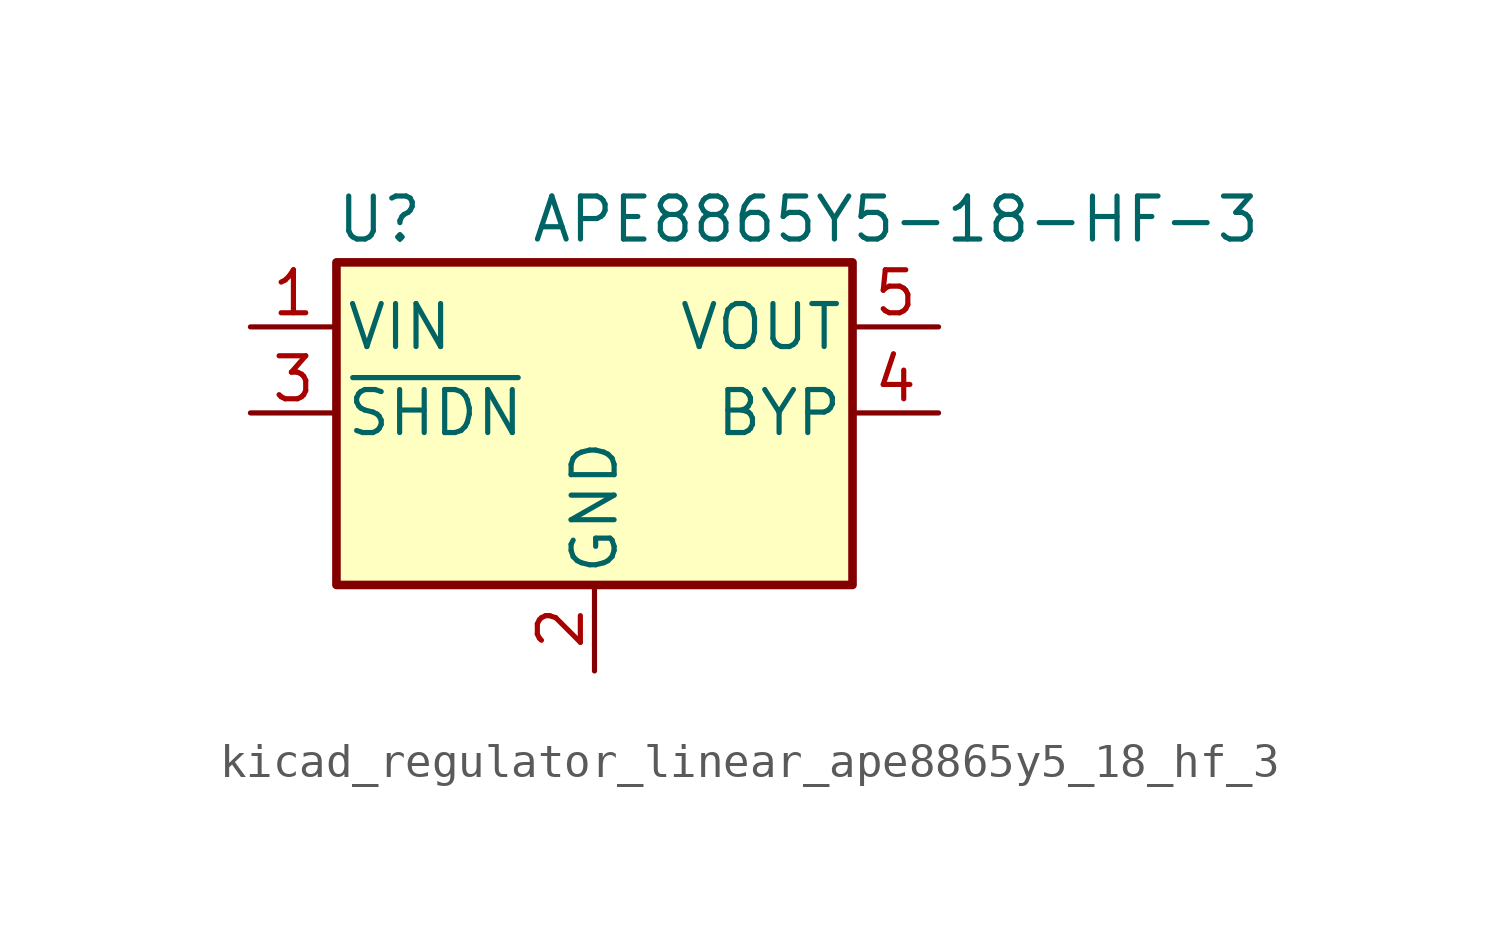
<source format=kicad_sym>
(kicad_symbol_lib
  (version 20220914)
  (generator kicad_symbol_editor)
  (symbol "kicad_regulator_linear_ape8865y5_18_hf_3"
    (pin_names
      (offset 0.254))
    (property "Reference" "U"
      (at -6.35 5.715 0)
      (effects (font (size 1.27 1.27))))
    (property "Value" "APE8865Y5-18-HF-3"
      (at -1.905 5.715 0)
      (effects (font (size 1.27 1.27)) (justify left)))
    (symbol "kicad_regulator_linear_ape8865y5_18_hf_3_0_1"
      (rectangle (start -7.62 4.445) (end 7.62 -5.08) (stroke (width 0.254) (type default)) (fill (type background))))
    (symbol "kicad_regulator_linear_ape8865y5_18_hf_3_1_1"
      (pin power_in line (at -10.16 2.54 0) (length 2.54) (name "VIN" (effects (font (size 1.27 1.27)))) (number "1" (effects (font (size 1.27 1.27)))))
      (pin power_in line (at 0 -7.62 90) (length 2.54) (name "GND" (effects (font (size 1.27 1.27)))) (number "2" (effects (font (size 1.27 1.27)))))
      (pin input line (at -10.16 0 0) (length 2.54) (name "~{SHDN}" (effects (font (size 1.27 1.27)))) (number "3" (effects (font (size 1.27 1.27)))))
      (pin input line (at 10.16 0 180) (length 2.54) (name "BYP" (effects (font (size 1.27 1.27)))) (number "4" (effects (font (size 1.27 1.27)))))
      (pin power_out line (at 10.16 2.54 180) (length 2.54) (name "VOUT" (effects (font (size 1.27 1.27)))) (number "5" (effects (font (size 1.27 1.27))))))))
</source>
